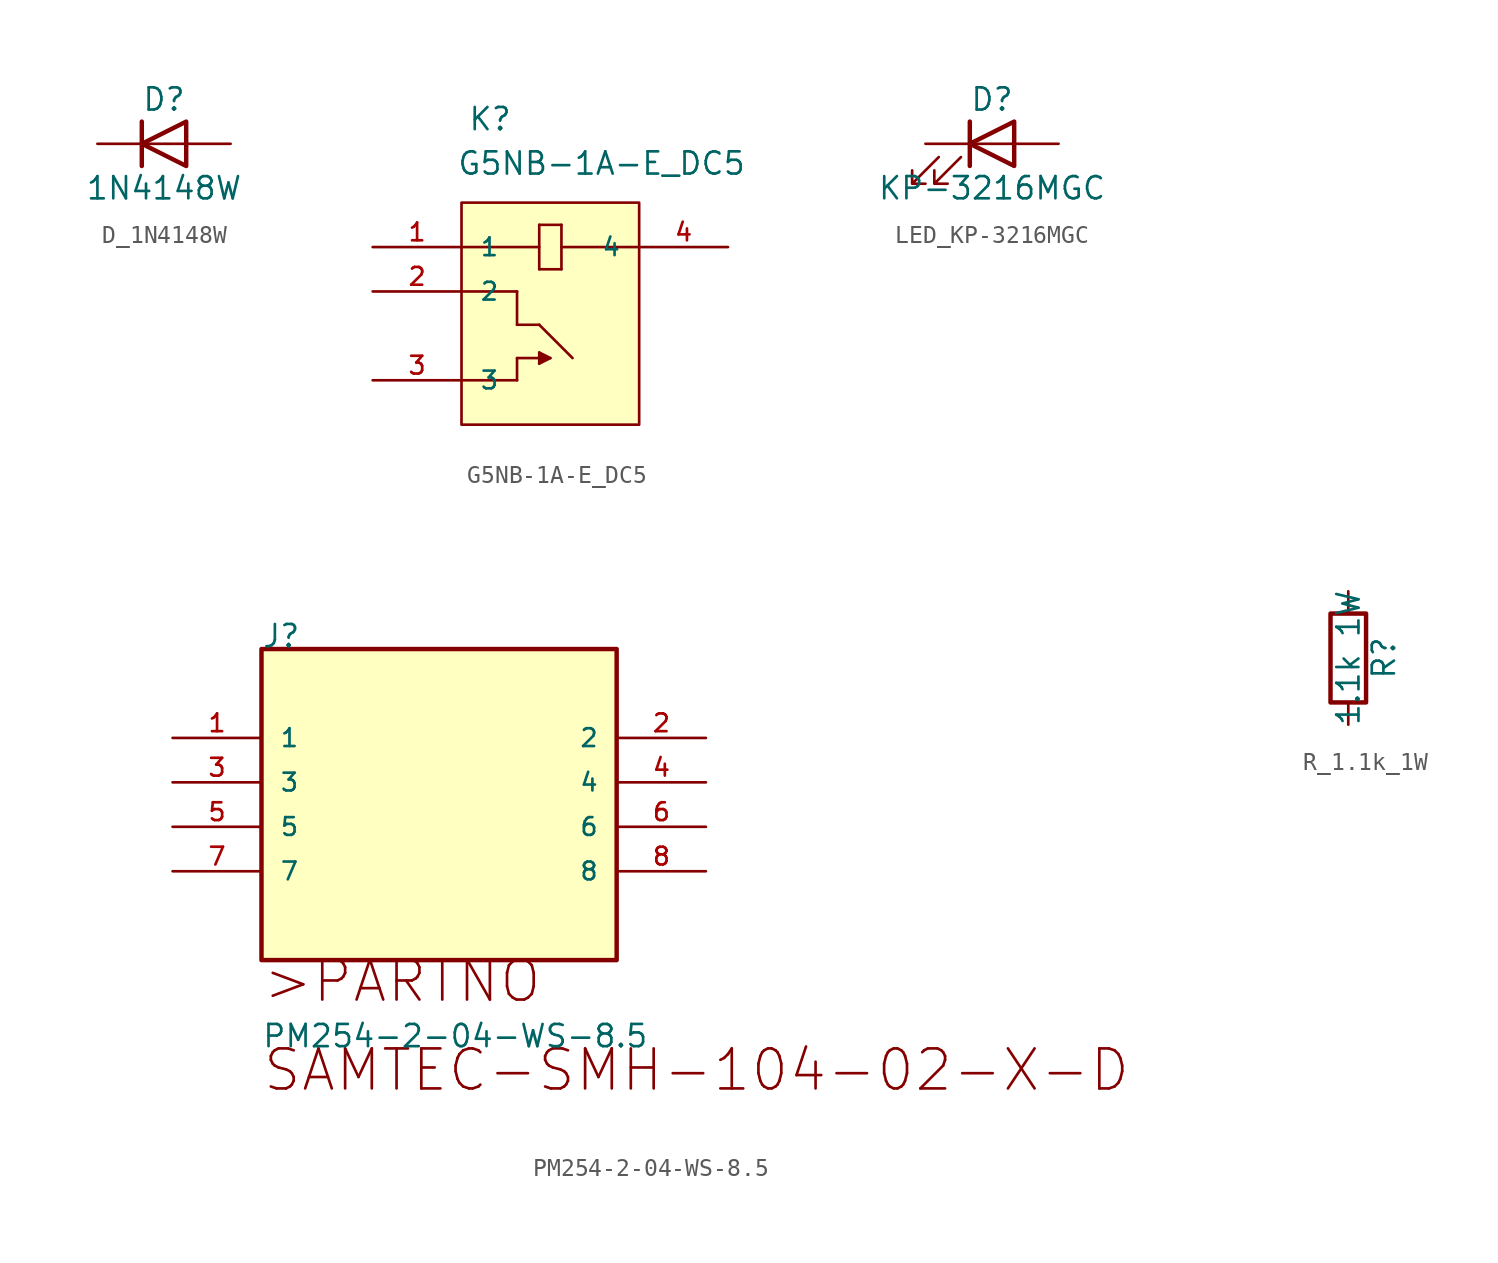
<source format=kicad_sym>
(kicad_symbol_lib
  (version 20231120)
  (generator "kicad_symbol_editor")
  (generator_version "8.0")
  (symbol "D_1N4148W"
    (pin_numbers hide)
    (pin_names
      (offset 1.016) hide)
    (property "Reference" "D"
      (at 0 2.54 0)
      (effects (font (size 1.27 1.27))))
    (property "Value" "1N4148W"
      (at 0 -2.54 0)
      (effects (font (size 1.27 1.27))))
    (symbol "D_1N4148W_0_1"
      (polyline (pts (xy -1.27 1.27) (xy -1.27 -1.27)) (stroke (width 0.254) (type default)) (fill (type none)))
      (polyline (pts (xy 1.27 0) (xy -1.27 0)) (stroke (width 0) (type default)) (fill (type none)))
      (polyline (pts (xy 1.27 1.27) (xy 1.27 -1.27) (xy -1.27 0) (xy 1.27 1.27)) (stroke (width 0.254) (type default)) (fill (type none))))
    (symbol "D_1N4148W_1_1"
      (pin passive line (at -3.81 0 0) (length 2.54) (name "K" (effects (font (size 1.27 1.27)))) (number "1" (effects (font (size 1.27 1.27)))))
      (pin passive line (at 3.81 0 180) (length 2.54) (name "A" (effects (font (size 1.27 1.27)))) (number "2" (effects (font (size 1.27 1.27)))))))
  (symbol "G5NB-1A-E_DC5"
    (pin_names
      (offset 1.016))
    (property "Reference" "K"
      (at 7.975 6.579 0)
      (effects (font (size 1.27 1.27)) (justify left bottom)))
    (property "Value" "G5NB-1A-E_DC5"
      (at 7.335 4.039 0)
      (effects (font (size 1.27 1.27)) (justify left bottom)))
    (symbol "G5NB-1A-E_DC5_0_0"
      (polyline (pts (xy 7.62 -7.62) (xy 10.795 -7.62)) (stroke (width 0.152) (type default)) (fill (type none)))
      (polyline (pts (xy 7.62 -2.54) (xy 10.795 -2.54)) (stroke (width 0.152) (type default)) (fill (type none)))
      (polyline (pts (xy 7.62 0) (xy 12.065 0)) (stroke (width 0.152) (type default)) (fill (type none)))
      (polyline (pts (xy 10.795 -7.62) (xy 10.795 -6.35)) (stroke (width 0.152) (type default)) (fill (type none)))
      (polyline (pts (xy 10.795 -6.35) (xy 12.065 -6.35)) (stroke (width 0.152) (type default)) (fill (type none)))
      (polyline (pts (xy 10.795 -4.445) (xy 12.065 -4.445)) (stroke (width 0.152) (type default)) (fill (type none)))
      (polyline (pts (xy 10.795 -2.54) (xy 10.795 -4.445)) (stroke (width 0.152) (type default)) (fill (type none)))
      (polyline (pts (xy 12.065 -6.668) (xy 12.7 -6.35)) (stroke (width 0.152) (type default)) (fill (type none)))
      (polyline (pts (xy 12.065 -6.032) (xy 12.065 -6.668)) (stroke (width 0.152) (type default)) (fill (type none)))
      (polyline (pts (xy 12.065 -4.445) (xy 13.97 -6.35)) (stroke (width 0.152) (type default)) (fill (type none)))
      (polyline (pts (xy 12.065 -1.27) (xy 13.335 -1.27)) (stroke (width 0.152) (type default)) (fill (type none)))
      (polyline (pts (xy 12.065 1.27) (xy 12.065 -1.27)) (stroke (width 0.152) (type default)) (fill (type none)))
      (polyline (pts (xy 12.7 -6.35) (xy 12.065 -6.032)) (stroke (width 0.152) (type default)) (fill (type none)))
      (polyline (pts (xy 13.335 -1.27) (xy 13.335 1.27)) (stroke (width 0.152) (type default)) (fill (type none)))
      (polyline (pts (xy 13.335 0) (xy 17.78 0)) (stroke (width 0.152) (type default)) (fill (type none)))
      (polyline (pts (xy 13.335 1.27) (xy 12.065 1.27)) (stroke (width 0.152) (type default)) (fill (type none)))
      (polyline (pts (xy 12.065 -6.032) (xy 12.065 -6.668) (xy 12.7 -6.35) (xy 12.065 -6.032)) (stroke (width 0.025) (type default)) (fill (type outline)))
      (rectangle (start 7.62 -10.16) (end 17.78 2.54) (stroke (width 0.152) (type default)) (fill (type background)))
      (pin passive line (at 2.54 0 0) (length 5.08) (name "1" (effects (font (size 1.016 1.016)))) (number "1" (effects (font (size 1.016 1.016)))))
      (pin passive line (at 2.54 -2.54 0) (length 5.08) (name "2" (effects (font (size 1.016 1.016)))) (number "2" (effects (font (size 1.016 1.016)))))
      (pin passive line (at 2.54 -7.62 0) (length 5.08) (name "3" (effects (font (size 1.016 1.016)))) (number "3" (effects (font (size 1.016 1.016)))))
      (pin passive line (at 22.86 0 180) (length 5.08) (name "4" (effects (font (size 1.016 1.016)))) (number "4" (effects (font (size 1.016 1.016)))))))
  (symbol "LED_KP-3216MGC"
    (pin_numbers hide)
    (pin_names
      (offset 1.016) hide)
    (property "Reference" "D"
      (at 0 2.54 0)
      (effects (font (size 1.27 1.27))))
    (property "Value" "KP-3216MGC"
      (at 0 -2.54 0)
      (effects (font (size 1.27 1.27))))
    (symbol "LED_KP-3216MGC_0_1"
      (polyline (pts (xy -1.27 -1.27) (xy -1.27 1.27)) (stroke (width 0.254) (type default)) (fill (type none)))
      (polyline (pts (xy -1.27 0) (xy 1.27 0)) (stroke (width 0) (type default)) (fill (type none)))
      (polyline (pts (xy 1.27 -1.27) (xy 1.27 1.27) (xy -1.27 0) (xy 1.27 -1.27)) (stroke (width 0.254) (type default)) (fill (type none)))
      (polyline (pts (xy -3.048 -0.762) (xy -4.572 -2.286) (xy -3.81 -2.286) (xy -4.572 -2.286) (xy -4.572 -1.524)) (stroke (width 0) (type default)) (fill (type none)))
      (polyline (pts (xy -1.778 -0.762) (xy -3.302 -2.286) (xy -2.54 -2.286) (xy -3.302 -2.286) (xy -3.302 -1.524)) (stroke (width 0) (type default)) (fill (type none))))
    (symbol "LED_KP-3216MGC_1_1"
      (pin passive line (at -3.81 0 0) (length 2.54) (name "K" (effects (font (size 1.27 1.27)))) (number "1" (effects (font (size 1.27 1.27)))))
      (pin passive line (at 3.81 0 180) (length 2.54) (name "A" (effects (font (size 1.27 1.27)))) (number "2" (effects (font (size 1.27 1.27)))))))
  (symbol "PM254-2-04-WS-8.5"
    (pin_names
      (offset 1.016))
    (property "Reference" "J"
      (at 0 5.08 0)
      (effects (font (size 1.27 1.27)) (justify left bottom)))
    (property "Value" "PM254-2-04-WS-8.5"
      (at 0 -17.78 0)
      (effects (font (size 1.27 1.27)) (justify left bottom)))
    (symbol "PM254-2-04-WS-8.5_0_0"
      (rectangle (start 0 -12.7) (end 20.3 5.08) (stroke (width 0.254) (type default)) (fill (type background)))
      (text ">PARTNO" (at 0 -15.24 0) (effects (font (size 2.286 2.286)) (justify left bottom)))
      (text "SAMTEC-SMH-104-02-X-D" (at 0 -20.32 0) (effects (font (size 2.286 2.286)) (justify left bottom)))
      (pin passive line (at -5.08 0 0) (length 5.08) (name "1" (effects (font (size 1.016 1.016)))) (number "1" (effects (font (size 1.016 1.016)))))
      (pin passive line (at 25.4 0 180) (length 5.08) (name "2" (effects (font (size 1.016 1.016)))) (number "2" (effects (font (size 1.016 1.016)))))
      (pin passive line (at -5.08 -2.54 0) (length 5.08) (name "3" (effects (font (size 1.016 1.016)))) (number "3" (effects (font (size 1.016 1.016)))))
      (pin passive line (at 25.4 -2.54 180) (length 5.08) (name "4" (effects (font (size 1.016 1.016)))) (number "4" (effects (font (size 1.016 1.016)))))
      (pin passive line (at -5.08 -5.08 0) (length 5.08) (name "5" (effects (font (size 1.016 1.016)))) (number "5" (effects (font (size 1.016 1.016)))))
      (pin passive line (at 25.4 -5.08 180) (length 5.08) (name "6" (effects (font (size 1.016 1.016)))) (number "6" (effects (font (size 1.016 1.016)))))
      (pin passive line (at -5.08 -7.62 0) (length 5.08) (name "7" (effects (font (size 1.016 1.016)))) (number "7" (effects (font (size 1.016 1.016)))))
      (pin passive line (at 25.4 -7.62 180) (length 5.08) (name "8" (effects (font (size 1.016 1.016)))) (number "8" (effects (font (size 1.016 1.016)))))))
  (symbol "R_1.1k_1W"
    (pin_numbers hide)
    (pin_names
      (offset 0))
    (property "Reference" "R"
      (at 2.032 0 90)
      (effects (font (size 1.27 1.27))))
    (property "Value" "1.1k 1W"
      (at 0 0 90)
      (effects (font (size 1.27 1.27))))
    (symbol "R_1.1k_1W_0_1"
      (rectangle (start -1.016 -2.54) (end 1.016 2.54) (stroke (width 0.254) (type default)) (fill (type none))))
    (symbol "R_1.1k_1W_1_1"
      (pin passive line (at 0 3.81 270) (length 1.27) (name "~" (effects (font (size 1.27 1.27)))) (number "1" (effects (font (size 1.27 1.27)))))
      (pin passive line (at 0 -3.81 90) (length 1.27) (name "~" (effects (font (size 1.27 1.27)))) (number "2" (effects (font (size 1.27 1.27))))))))
</source>
